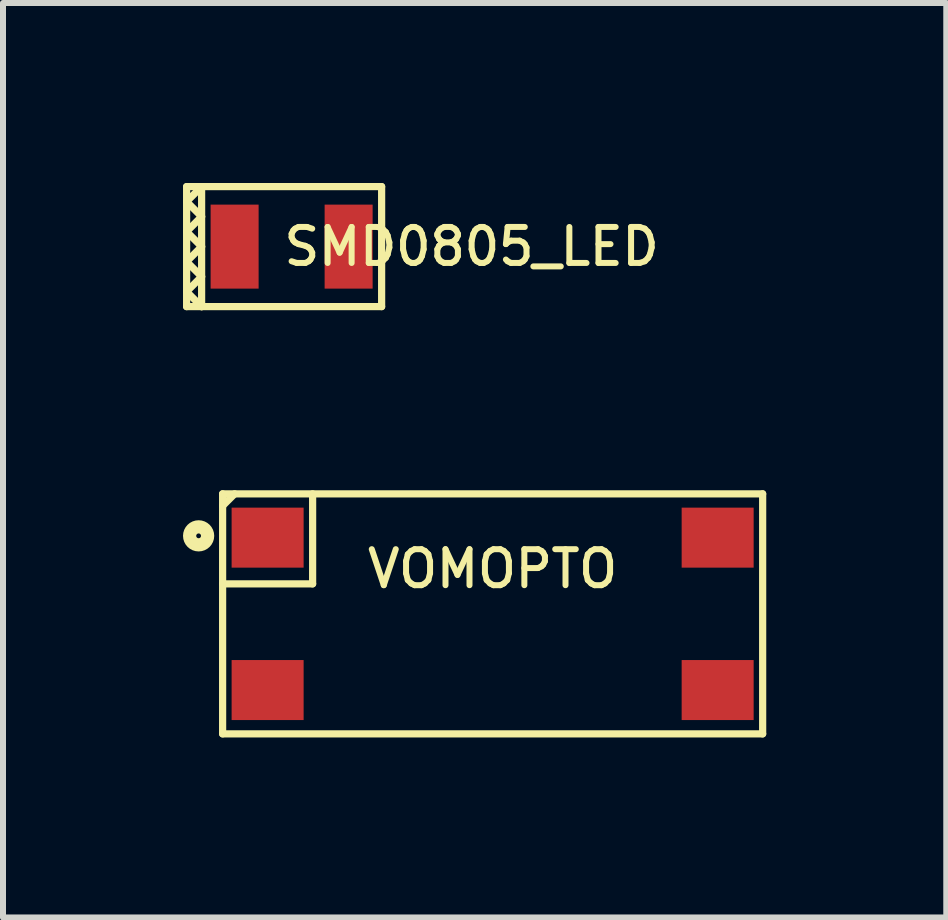
<source format=kicad_pcb>
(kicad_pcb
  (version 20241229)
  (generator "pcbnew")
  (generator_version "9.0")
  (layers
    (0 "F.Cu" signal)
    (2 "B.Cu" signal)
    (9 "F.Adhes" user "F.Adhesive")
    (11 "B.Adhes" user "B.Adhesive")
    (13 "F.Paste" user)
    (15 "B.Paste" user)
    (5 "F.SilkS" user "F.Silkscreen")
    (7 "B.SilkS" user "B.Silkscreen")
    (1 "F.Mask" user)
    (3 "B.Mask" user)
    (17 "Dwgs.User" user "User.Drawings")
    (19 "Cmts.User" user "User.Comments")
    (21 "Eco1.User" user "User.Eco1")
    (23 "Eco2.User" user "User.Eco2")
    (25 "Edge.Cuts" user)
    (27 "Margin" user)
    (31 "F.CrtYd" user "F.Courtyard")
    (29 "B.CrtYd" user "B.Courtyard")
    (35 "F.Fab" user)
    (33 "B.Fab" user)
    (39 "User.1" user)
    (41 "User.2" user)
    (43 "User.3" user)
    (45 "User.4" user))
  (footprint "SMD0805_LED"
    (layer "F.Cu")
    (at 1.81 1.06)
    (property "Reference" "SMD0805_LED" (at 3 0 0) (layer "F.SilkS") (effects (font (size 0.6 0.6) (thickness 0.1))))
    (attr through_hole)
    (fp_line (start -1.75 -1) (end -1.5 -1) (stroke (width 0.12) (type solid)) (layer "F.SilkS"))
    (fp_line (start -1.75 -0.75) (end -1.5 -0.5) (stroke (width 0.12) (type solid)) (layer "F.SilkS"))
    (fp_line (start -1.75 -0.25) (end -1.5 0) (stroke (width 0.12) (type solid)) (layer "F.SilkS"))
    (fp_line (start -1.75 0.25) (end -1.5 0.5) (stroke (width 0.12) (type solid)) (layer "F.SilkS"))
    (fp_line (start -1.75 0.75) (end -1.5 1) (stroke (width 0.12) (type solid)) (layer "F.SilkS"))
    (fp_line (start -1.75 1) (end -1.75 -1) (stroke (width 0.12) (type solid)) (layer "F.SilkS"))
    (fp_line (start -1.5 -1) (end -1.75 -0.75) (stroke (width 0.12) (type solid)) (layer "F.SilkS"))
    (fp_line (start -1.5 -1) (end 1.5 -1) (stroke (width 0.12) (type solid)) (layer "F.SilkS"))
    (fp_line (start -1.5 -0.5) (end -1.75 -0.25) (stroke (width 0.12) (type solid)) (layer "F.SilkS"))
    (fp_line (start -1.5 0) (end -1.75 0.25) (stroke (width 0.12) (type solid)) (layer "F.SilkS"))
    (fp_line (start -1.5 0.5) (end -1.75 0.75) (stroke (width 0.12) (type solid)) (layer "F.SilkS"))
    (fp_line (start -1.5 1) (end -1.75 1) (stroke (width 0.12) (type solid)) (layer "F.SilkS"))
    (fp_line (start -1.5 1) (end -1.5 -1) (stroke (width 0.12) (type solid)) (layer "F.SilkS"))
    (fp_line (start 1.5 -1) (end 1.5 1) (stroke (width 0.12) (type solid)) (layer "F.SilkS"))
    (fp_line (start 1.5 1) (end -1.5 1) (stroke (width 0.12) (type solid)) (layer "F.SilkS"))
    (pad "1" smd rect (at -0.95 0) (size 0.8 1.4) (layers "F.Cu" "F.Mask" "F.Paste"))
    (pad "2" smd rect (at 0.95 0) (size 0.8 1.4) (layers "F.Cu" "F.Mask" "F.Paste")))
  (footprint "VOMOPTO"
    (layer "F.Cu")
    (at 5.16 7.18)
    (property "Reference" "VOMOPTO" (at 0 -0.75 0) (layer "F.SilkS") (effects (font (size 0.6 0.6) (thickness 0.1))))
    (attr through_hole)
    (fp_line (start -4.5 -2) (end -4.5 2) (stroke (width 0.12) (type solid)) (layer "F.SilkS"))
    (fp_line (start -4.5 -1.8) (end -4.3 -2) (stroke (width 0.12) (type solid)) (layer "F.SilkS"))
    (fp_line (start -4.5 -0.5) (end -3 -0.5) (stroke (width 0.12) (type solid)) (layer "F.SilkS"))
    (fp_line (start -4.5 2) (end 4.5 2) (stroke (width 0.12) (type solid)) (layer "F.SilkS"))
    (fp_line (start -3 -0.5) (end -3 -2) (stroke (width 0.12) (type solid)) (layer "F.SilkS"))
    (fp_line (start 4.5 -2) (end -4.5 -2) (stroke (width 0.12) (type solid)) (layer "F.SilkS"))
    (fp_line (start 4.5 2) (end 4.5 -2) (stroke (width 0.12) (type solid)) (layer "F.SilkS"))
    (fp_circle (center -4.9 -1.3) (end -4.8 -1.3) (stroke (width 0.12) (type solid)) (fill no) (layer "F.SilkS"))
    (fp_circle (center -4.9 -1.3) (end -4.7 -1.3) (stroke (width 0.12) (type solid)) (fill no) (layer "F.SilkS"))
    (pad "1" smd rect (at -3.75 -1.27) (size 1.2 1) (layers "F.Cu" "F.Mask" "F.Paste"))
    (pad "2" smd rect (at -3.75 1.27) (size 1.2 1) (layers "F.Cu" "F.Mask" "F.Paste"))
    (pad "3" smd rect (at 3.75 1.27) (size 1.2 1) (layers "F.Cu" "F.Mask" "F.Paste"))
    (pad "4" smd rect (at 3.75 -1.27) (size 1.2 1) (layers "F.Cu" "F.Mask" "F.Paste")))
  (gr_rect
    (start -3 -3)
    (end 12.72 12.24)
    (stroke (width 0.1) (type default))
    (fill no)
    (layer "Edge.Cuts")))
</source>
